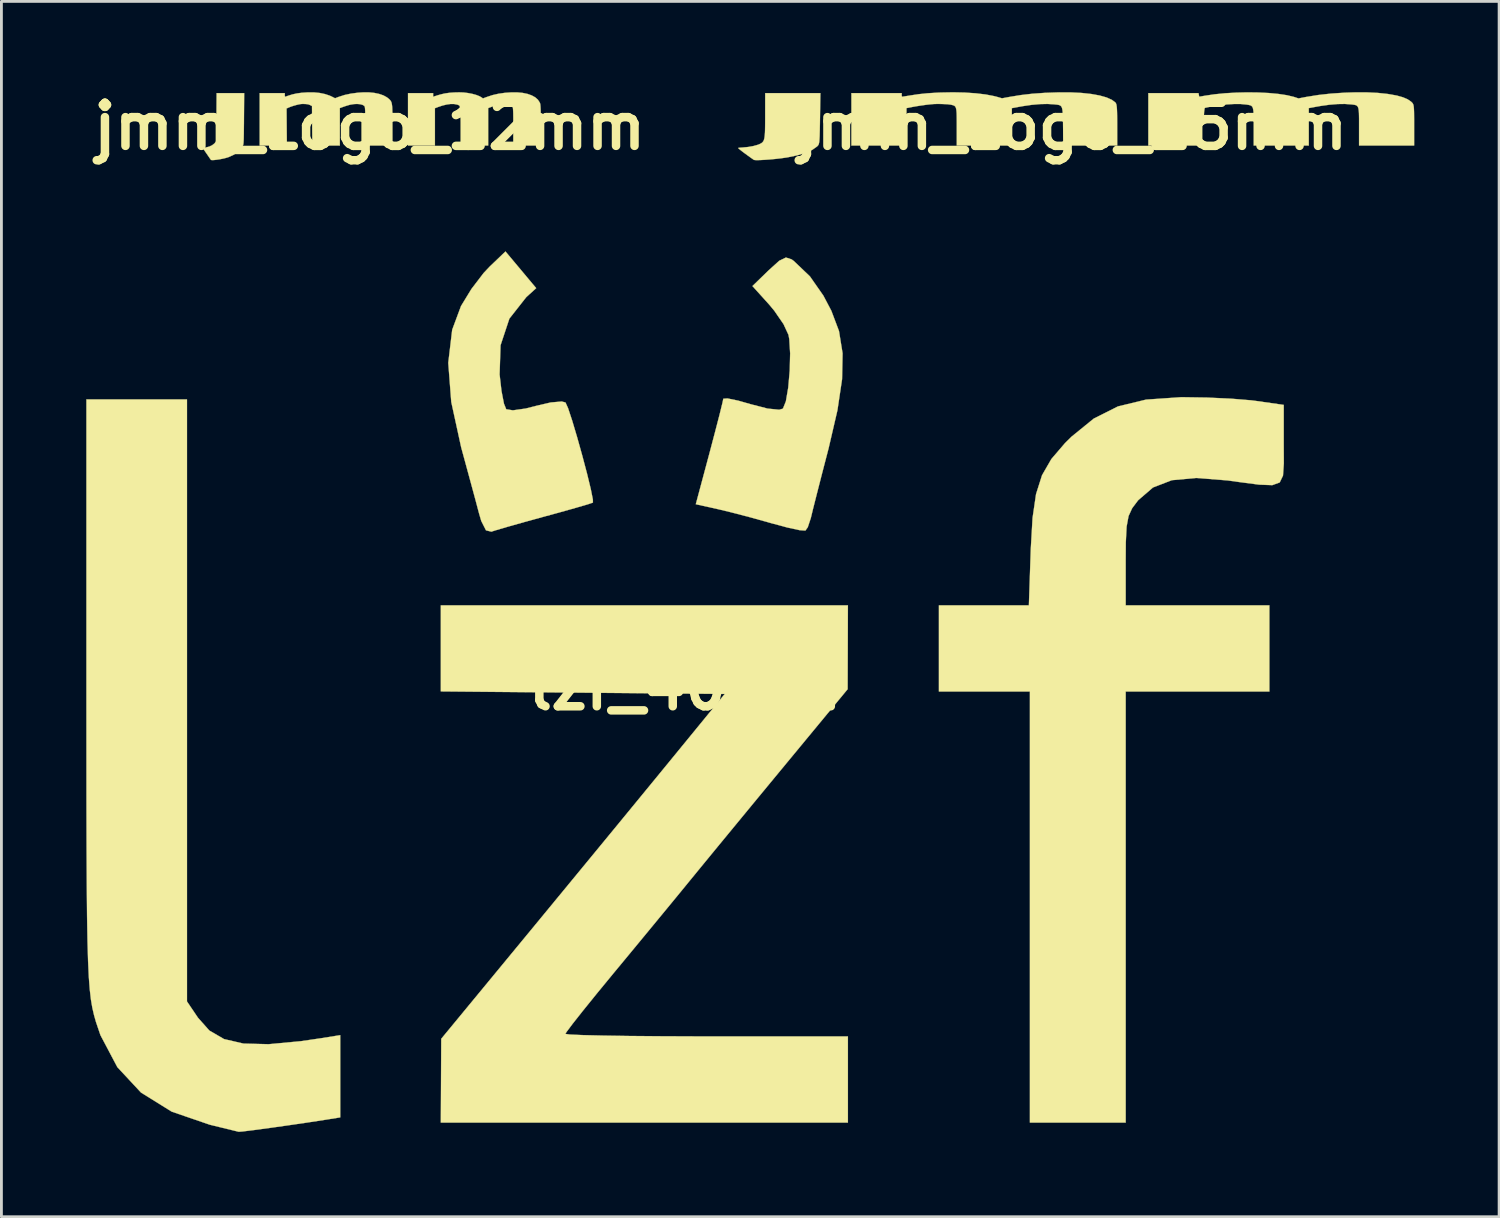
<source format=kicad_pcb>
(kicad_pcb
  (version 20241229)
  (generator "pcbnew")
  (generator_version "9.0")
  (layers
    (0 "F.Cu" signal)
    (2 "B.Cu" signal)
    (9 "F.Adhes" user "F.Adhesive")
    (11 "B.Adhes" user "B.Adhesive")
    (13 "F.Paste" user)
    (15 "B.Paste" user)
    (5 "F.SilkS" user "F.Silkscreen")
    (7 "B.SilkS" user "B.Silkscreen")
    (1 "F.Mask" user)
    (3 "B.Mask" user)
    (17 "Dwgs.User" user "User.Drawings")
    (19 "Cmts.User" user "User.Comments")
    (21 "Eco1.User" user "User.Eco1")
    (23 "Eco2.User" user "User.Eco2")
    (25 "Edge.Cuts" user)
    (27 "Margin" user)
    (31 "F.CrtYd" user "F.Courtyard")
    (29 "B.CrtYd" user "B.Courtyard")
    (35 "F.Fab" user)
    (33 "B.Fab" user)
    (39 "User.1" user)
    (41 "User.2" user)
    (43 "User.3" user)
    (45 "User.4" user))
  (footprint "jmm_Logo_12mm"
    (layer "F.Cu")
    (at 10.022 1.418)
    (property "Reference" "jmm_Logo_12mm" (at 0 0 0) (layer "F.SilkS") (effects (font (size 1.524 1.524) (thickness 0.3))))
    (attr through_hole)
    (fp_poly (pts (xy -4.446 -0.273) (xy -4.447 -0.114) (xy -4.449 0.026) (xy -4.45 0.147) (xy -4.451 0.251) (xy -4.453 0.34) (xy -4.454 0.415) (xy -4.456 0.477) (xy -4.459 0.528) (xy -4.461 0.57) (xy -4.465 0.604) (xy -4.469 0.631) (xy -4.474 0.652) (xy -4.479 0.67) (xy -4.486 0.686) (xy -4.493 0.701) (xy -4.5 0.713) (xy -4.581 0.825) (xy -4.69 0.926) (xy -4.824 1.012) (xy -4.981 1.083) (xy -5.034 1.101) (xy -5.119 1.125) (xy -5.216 1.147) (xy -5.318 1.166) (xy -5.415 1.18) (xy -5.501 1.19) (xy -5.568 1.193) (xy -5.608 1.188) (xy -5.614 1.184) (xy -5.631 1.161) (xy -5.656 1.125) (xy -5.688 1.078) (xy -5.725 1.025) (xy -5.764 0.968) (xy -5.802 0.913) (xy -5.837 0.862) (xy -5.867 0.818) (xy -5.888 0.786) (xy -5.9 0.769) (xy -5.901 0.767) (xy -5.882 0.762) (xy -5.836 0.753) (xy -5.796 0.746) (xy -5.676 0.716) (xy -5.572 0.668) (xy -5.492 0.606) (xy -5.475 0.586) (xy -5.425 0.524) (xy -5.413 -1.175) (xy -4.439 -1.175) (xy -4.446 -0.273)) (stroke (width 0.01) (type solid)) (fill yes) (layer "F.SilkS"))
    (fp_poly (pts (xy 3.315 -1.198) (xy 3.476 -1.178) (xy 3.631 -1.148) (xy 3.772 -1.109) (xy 3.887 -1.063) (xy 3.963 -1.018) (xy 4.004 -0.988) (xy 4.14 -1.039) (xy 4.341 -1.105) (xy 4.55 -1.153) (xy 4.775 -1.185) (xy 5.004 -1.201) (xy 5.216 -1.201) (xy 5.409 -1.183) (xy 5.581 -1.147) (xy 5.729 -1.094) (xy 5.852 -1.026) (xy 5.947 -0.942) (xy 6.011 -0.843) (xy 6.017 -0.831) (xy 6.023 -0.813) (xy 6.029 -0.789) (xy 6.033 -0.759) (xy 6.037 -0.72) (xy 6.04 -0.672) (xy 6.043 -0.612) (xy 6.045 -0.54) (xy 6.046 -0.453) (xy 6.047 -0.35) (xy 6.048 -0.229) (xy 6.048 -0.089) (xy 6.048 -0.04) (xy 6.049 0.677) (xy 5.076 0.677) (xy 5.076 -0.006) (xy 5.076 -0.149) (xy 5.076 -0.272) (xy 5.075 -0.377) (xy 5.074 -0.465) (xy 5.071 -0.539) (xy 5.068 -0.599) (xy 5.063 -0.646) (xy 5.056 -0.683) (xy 5.047 -0.712) (xy 5.036 -0.733) (xy 5.022 -0.747) (xy 5.005 -0.758) (xy 4.985 -0.765) (xy 4.962 -0.772) (xy 4.939 -0.777) (xy 4.826 -0.793) (xy 4.703 -0.791) (xy 4.567 -0.769) (xy 4.417 -0.728) (xy 4.32 -0.695) (xy 4.188 -0.646) (xy 4.188 0.677) (xy 3.215 0.677) (xy 3.215 -0.00034) (xy 3.215 -0.142) (xy 3.214 -0.265) (xy 3.214 -0.369) (xy 3.212 -0.457) (xy 3.21 -0.53) (xy 3.207 -0.589) (xy 3.202 -0.637) (xy 3.195 -0.674) (xy 3.186 -0.703) (xy 3.175 -0.724) (xy 3.161 -0.739) (xy 3.145 -0.75) (xy 3.125 -0.759) (xy 3.102 -0.767) (xy 3.084 -0.772) (xy 2.982 -0.791) (xy 2.862 -0.792) (xy 2.727 -0.774) (xy 2.578 -0.738) (xy 2.427 -0.688) (xy 2.305 -0.642) (xy 2.305 0.677) (xy 1.354 0.677) (xy 1.354 -1.175) (xy 2.242 -1.175) (xy 2.242 -1.045) (xy 2.289 -1.062) (xy 2.399 -1.098) (xy 2.521 -1.132) (xy 2.635 -1.159) (xy 2.659 -1.164) (xy 2.813 -1.186) (xy 2.988 -1.199) (xy 3.165 -1.203) (xy 3.315 -1.198)) (stroke (width 0.01) (type solid)) (fill yes) (layer "F.SilkS"))
    (fp_poly (pts (xy -0.028 -1.202) (xy 0.162 -1.183) (xy 0.334 -1.147) (xy 0.484 -1.095) (xy 0.608 -1.027) (xy 0.675 -0.974) (xy 0.699 -0.951) (xy 0.719 -0.93) (xy 0.737 -0.908) (xy 0.752 -0.884) (xy 0.765 -0.856) (xy 0.775 -0.823) (xy 0.783 -0.783) (xy 0.79 -0.735) (xy 0.795 -0.676) (xy 0.798 -0.606) (xy 0.8 -0.523) (xy 0.802 -0.425) (xy 0.803 -0.31) (xy 0.803 -0.177) (xy 0.803 -0.045) (xy 0.804 0.677) (xy -0.147 0.677) (xy -0.153 -0.008) (xy -0.154 -0.146) (xy -0.155 -0.264) (xy -0.157 -0.364) (xy -0.158 -0.448) (xy -0.16 -0.517) (xy -0.162 -0.573) (xy -0.165 -0.618) (xy -0.168 -0.652) (xy -0.172 -0.678) (xy -0.177 -0.697) (xy -0.183 -0.711) (xy -0.19 -0.721) (xy -0.197 -0.728) (xy -0.258 -0.763) (xy -0.345 -0.785) (xy -0.451 -0.793) (xy -0.569 -0.787) (xy -0.688 -0.767) (xy -0.766 -0.746) (xy -0.856 -0.718) (xy -0.93 -0.693) (xy -1.057 -0.646) (xy -1.057 0.677) (xy -2.029 0.677) (xy -2.035 -0.021) (xy -2.041 -0.719) (xy -2.109 -0.753) (xy -2.155 -0.773) (xy -2.202 -0.784) (xy -2.268 -0.79) (xy -2.305 -0.792) (xy -2.376 -0.793) (xy -2.433 -0.79) (xy -2.492 -0.78) (xy -2.569 -0.763) (xy -2.587 -0.758) (xy -2.677 -0.733) (xy -2.768 -0.704) (xy -2.839 -0.677) (xy -2.84 -0.677) (xy -2.94 -0.633) (xy -2.935 0.022) (xy -2.929 0.677) (xy -3.41 0.677) (xy -3.891 0.677) (xy -3.891 -1.175) (xy -3.003 -1.175) (xy -3.003 -1.111) (xy -3.002 -1.078) (xy -2.997 -1.055) (xy -2.993 -1.048) (xy -2.971 -1.053) (xy -2.926 -1.068) (xy -2.882 -1.084) (xy -2.729 -1.131) (xy -2.574 -1.165) (xy -2.402 -1.188) (xy -2.204 -1.201) (xy -2.189 -1.202) (xy -1.971 -1.201) (xy -1.767 -1.181) (xy -1.581 -1.142) (xy -1.414 -1.086) (xy -1.349 -1.056) (xy -1.225 -0.994) (xy -1.093 -1.044) (xy -0.887 -1.11) (xy -0.663 -1.158) (xy -0.417 -1.19) (xy -0.233 -1.202) (xy -0.028 -1.202)) (stroke (width 0.01) (type solid)) (fill yes) (layer "F.SilkS")))
  (footprint "jmm_Logo_25mm"
    (layer "F.Cu")
    (at 34.842 1.418)
    (property "Reference" "jmm_Logo_25mm" (at 0 0 0) (layer "F.SilkS") (effects (font (size 1.524 1.524) (thickness 0.3))))
    (attr through_hole)
    (fp_poly (pts (xy -8.9 -0.273) (xy -8.902 -0.114) (xy -8.905 0.026) (xy -8.907 0.147) (xy -8.91 0.251) (xy -8.912 0.34) (xy -8.916 0.415) (xy -8.92 0.477) (xy -8.924 0.528) (xy -8.93 0.57) (xy -8.937 0.604) (xy -8.945 0.631) (xy -8.955 0.653) (xy -8.966 0.671) (xy -8.979 0.686) (xy -8.994 0.701) (xy -9.008 0.714) (xy -9.176 0.832) (xy -9.404 0.934) (xy -9.69 1.021) (xy -10.035 1.093) (xy -10.088 1.102) (xy -10.265 1.127) (xy -10.462 1.15) (xy -10.666 1.169) (xy -10.86 1.183) (xy -11.029 1.192) (xy -11.158 1.194) (xy -11.23 1.187) (xy -11.238 1.184) (xy -11.344 1.11) (xy -11.447 1.036) (xy -11.543 0.966) (xy -11.629 0.902) (xy -11.7 0.847) (xy -11.753 0.804) (xy -11.785 0.775) (xy -11.792 0.763) (xy -11.739 0.755) (xy -11.64 0.748) (xy -11.633 0.747) (xy -11.442 0.729) (xy -11.256 0.696) (xy -11.102 0.653) (xy -11.066 0.64) (xy -11.026 0.622) (xy -10.991 0.604) (xy -10.961 0.586) (xy -10.935 0.564) (xy -10.913 0.538) (xy -10.894 0.507) (xy -10.879 0.468) (xy -10.867 0.421) (xy -10.858 0.363) (xy -10.851 0.294) (xy -10.845 0.212) (xy -10.842 0.115) (xy -10.84 0.002) (xy -10.839 -0.128) (xy -10.838 -0.277) (xy -10.838 -0.362) (xy -10.837 -1.175) (xy -9.862 -1.175) (xy -8.886 -1.175) (xy -8.9 -0.273)) (stroke (width 0.01) (type solid)) (fill yes) (layer "F.SilkS"))
    (fp_poly (pts (xy 6.599 -1.197) (xy 6.969 -1.179) (xy 7.308 -1.147) (xy 7.605 -1.102) (xy 7.849 -1.044) (xy 7.886 -1.032) (xy 8.019 -0.988) (xy 8.289 -1.04) (xy 8.719 -1.109) (xy 9.169 -1.159) (xy 9.653 -1.191) (xy 10.004 -1.202) (xy 10.435 -1.202) (xy 10.825 -1.183) (xy 11.175 -1.146) (xy 11.48 -1.092) (xy 11.506 -1.086) (xy 11.714 -1.027) (xy 11.874 -0.959) (xy 11.996 -0.876) (xy 12.024 -0.851) (xy 12.04 -0.834) (xy 12.054 -0.817) (xy 12.066 -0.797) (xy 12.076 -0.774) (xy 12.084 -0.745) (xy 12.091 -0.709) (xy 12.096 -0.665) (xy 12.1 -0.61) (xy 12.103 -0.543) (xy 12.105 -0.462) (xy 12.106 -0.366) (xy 12.107 -0.253) (xy 12.107 -0.122) (xy 12.107 -0.046) (xy 12.107 0.677) (xy 10.16 0.677) (xy 10.16 -0.006) (xy 10.16 -0.149) (xy 10.16 -0.272) (xy 10.158 -0.377) (xy 10.156 -0.465) (xy 10.151 -0.539) (xy 10.144 -0.599) (xy 10.134 -0.646) (xy 10.12 -0.683) (xy 10.102 -0.712) (xy 10.08 -0.733) (xy 10.052 -0.747) (xy 10.019 -0.758) (xy 9.979 -0.765) (xy 9.932 -0.772) (xy 9.886 -0.777) (xy 9.654 -0.793) (xy 9.395 -0.789) (xy 9.108 -0.765) (xy 8.794 -0.721) (xy 8.647 -0.695) (xy 8.382 -0.646) (xy 8.382 0.677) (xy 6.435 0.677) (xy 6.435 -0.00034) (xy 6.435 -0.142) (xy 6.434 -0.265) (xy 6.433 -0.369) (xy 6.43 -0.457) (xy 6.426 -0.53) (xy 6.418 -0.589) (xy 6.408 -0.637) (xy 6.395 -0.674) (xy 6.377 -0.703) (xy 6.355 -0.724) (xy 6.327 -0.739) (xy 6.294 -0.75) (xy 6.255 -0.759) (xy 6.209 -0.767) (xy 6.173 -0.772) (xy 5.978 -0.79) (xy 5.747 -0.791) (xy 5.49 -0.777) (xy 5.22 -0.747) (xy 4.947 -0.703) (xy 4.815 -0.677) (xy 4.614 -0.633) (xy 4.614 0.677) (xy 2.709 0.677) (xy 2.709 -1.175) (xy 3.596 -1.175) (xy 4.483 -1.175) (xy 4.496 -1.111) (xy 4.508 -1.048) (xy 4.708 -1.083) (xy 5.053 -1.134) (xy 5.426 -1.171) (xy 5.816 -1.193) (xy 6.211 -1.202) (xy 6.599 -1.197)) (stroke (width 0.01) (type solid)) (fill yes) (layer "F.SilkS"))
    (fp_poly (pts (xy -3.781 -1.195) (xy -3.394 -1.169) (xy -3.047 -1.128) (xy -2.749 -1.071) (xy -2.628 -1.04) (xy -2.464 -0.992) (xy -2.195 -1.042) (xy -1.801 -1.106) (xy -1.391 -1.154) (xy -0.948 -1.185) (xy -0.457 -1.202) (xy -0.036 -1.201) (xy 0.348 -1.182) (xy 0.691 -1.145) (xy 0.988 -1.091) (xy 1.233 -1.022) (xy 1.422 -0.937) (xy 1.545 -0.844) (xy 1.557 -0.828) (xy 1.568 -0.806) (xy 1.578 -0.778) (xy 1.585 -0.742) (xy 1.592 -0.696) (xy 1.597 -0.639) (xy 1.601 -0.57) (xy 1.604 -0.486) (xy 1.606 -0.386) (xy 1.607 -0.269) (xy 1.608 -0.133) (xy 1.608 -0.05) (xy 1.609 0.677) (xy -0.292 0.677) (xy -0.305 -0.008) (xy -0.307 -0.151) (xy -0.31 -0.274) (xy -0.313 -0.379) (xy -0.317 -0.468) (xy -0.323 -0.541) (xy -0.332 -0.601) (xy -0.343 -0.649) (xy -0.358 -0.686) (xy -0.378 -0.714) (xy -0.403 -0.735) (xy -0.433 -0.75) (xy -0.469 -0.76) (xy -0.512 -0.768) (xy -0.563 -0.773) (xy -0.622 -0.779) (xy -0.626 -0.78) (xy -0.862 -0.793) (xy -1.126 -0.787) (xy -1.417 -0.761) (xy -1.731 -0.715) (xy -1.865 -0.691) (xy -2.117 -0.644) (xy -2.117 0.677) (xy -4.064 0.677) (xy -4.064 -0.00034) (xy -4.064 -0.141) (xy -4.065 -0.262) (xy -4.066 -0.366) (xy -4.068 -0.453) (xy -4.073 -0.525) (xy -4.079 -0.583) (xy -4.088 -0.63) (xy -4.1 -0.667) (xy -4.115 -0.695) (xy -4.134 -0.717) (xy -4.157 -0.732) (xy -4.185 -0.744) (xy -4.218 -0.754) (xy -4.257 -0.763) (xy -4.271 -0.767) (xy -4.395 -0.783) (xy -4.593 -0.791) (xy -4.617 -0.792) (xy -4.768 -0.793) (xy -4.89 -0.789) (xy -5.021 -0.777) (xy -5.144 -0.763) (xy -5.323 -0.738) (xy -5.508 -0.709) (xy -5.629 -0.687) (xy -5.842 -0.645) (xy -5.842 0.677) (xy -7.789 0.677) (xy -7.789 -1.175) (xy -6.011 -1.175) (xy -6.011 -1.111) (xy -6.009 -1.078) (xy -6.003 -1.055) (xy -5.996 -1.048) (xy -5.956 -1.053) (xy -5.864 -1.068) (xy -5.737 -1.088) (xy -5.702 -1.094) (xy -5.402 -1.139) (xy -5.1 -1.17) (xy -4.762 -1.191) (xy -4.635 -1.196) (xy -4.198 -1.204) (xy -3.781 -1.195)) (stroke (width 0.01) (type solid)) (fill yes) (layer "F.SilkS")))
  (footprint "lzf_40mm"
    (layer "F.Cu")
    (at 21.172 21.232)
    (property "Reference" "lzf_40mm" (at 0 0 0) (layer "F.SilkS") (effects (font (size 1.524 1.524) (thickness 0.3))))
    (attr through_hole)
    (fp_poly (pts (xy -17.611 11.126) (xy -17.223 11.701) (xy -16.821 12.154) (xy -16.3 12.457) (xy -15.616 12.615) (xy -14.726 12.638) (xy -13.584 12.531) (xy -12.88 12.428) (xy -12.192 12.318) (xy -12.192 15.225) (xy -12.742 15.313) (xy -13.335 15.404) (xy -14.006 15.502) (xy -14.672 15.596) (xy -15.247 15.674) (xy -15.645 15.723) (xy -15.78 15.734) (xy -15.96 15.69) (xy -16.37 15.59) (xy -16.805 15.484) (xy -18.151 15.022) (xy -19.237 14.347) (xy -20.073 13.449) (xy -20.67 12.319) (xy -20.828 11.854) (xy -20.898 11.607) (xy -20.957 11.352) (xy -21.007 11.06) (xy -21.048 10.705) (xy -21.082 10.259) (xy -21.108 9.693) (xy -21.129 8.98) (xy -21.144 8.092) (xy -21.154 7.002) (xy -21.161 5.682) (xy -21.165 4.103) (xy -21.166 2.239) (xy -21.167 0.278) (xy -21.167 -10.16) (xy -17.611 -10.16) (xy -17.611 11.126)) (stroke (width 0.01) (type solid)) (fill yes) (layer "F.SilkS"))
    (fp_poly (pts (xy 5.753 -1.397) (xy 5.748 0.085) (xy 3.37 2.963) (xy 2.608 3.886) (xy 1.858 4.796) (xy 1.168 5.634) (xy 0.587 6.342) (xy 0.163 6.86) (xy 0.095 6.943) (xy -0.342 7.477) (xy -0.93 8.191) (xy -1.6 9.004) (xy -2.286 9.834) (xy -2.518 10.114) (xy -3.101 10.823) (xy -3.599 11.439) (xy -3.975 11.915) (xy -4.193 12.206) (xy -4.233 12.273) (xy -4.071 12.296) (xy -3.612 12.316) (xy -2.897 12.333) (xy -1.969 12.347) (xy -0.87 12.356) (xy 0.36 12.361) (xy 0.762 12.361) (xy 5.757 12.361) (xy 5.757 15.409) (xy -8.636 15.409) (xy -8.621 12.446) (xy -5.479 8.636) (xy -4.555 7.514) (xy -3.59 6.342) (xy -2.638 5.185) (xy -1.752 4.106) (xy -0.984 3.17) (xy -0.468 2.54) (xy 1.403 0.254) (xy -3.617 0.209) (xy -8.636 0.164) (xy -8.636 -2.879) (xy 5.757 -2.879) (xy 5.753 -1.397)) (stroke (width 0.01) (type solid)) (fill yes) (layer "F.SilkS"))
    (fp_poly (pts (xy 18.458 -10.225) (xy 19.308 -10.186) (xy 20.015 -10.128) (xy 20.193 -10.105) (xy 21.167 -9.966) (xy 21.167 -8.539) (xy 21.17 -7.894) (xy 21.141 -7.467) (xy 21.024 -7.224) (xy 20.763 -7.129) (xy 20.3 -7.146) (xy 19.58 -7.24) (xy 19.187 -7.295) (xy 18.074 -7.383) (xy 17.21 -7.304) (xy 16.543 -7.046) (xy 16.022 -6.597) (xy 16.014 -6.588) (xy 15.808 -6.315) (xy 15.68 -6.035) (xy 15.611 -5.661) (xy 15.583 -5.104) (xy 15.579 -4.474) (xy 15.579 -2.879) (xy 20.659 -2.879) (xy 20.659 0.169) (xy 15.579 0.169) (xy 15.579 15.409) (xy 12.192 15.409) (xy 12.192 0.169) (xy 8.975 0.169) (xy 8.975 -2.879) (xy 12.156 -2.879) (xy 12.223 -4.868) (xy 12.286 -5.969) (xy 12.409 -6.812) (xy 12.621 -7.48) (xy 12.952 -8.054) (xy 13.431 -8.613) (xy 13.659 -8.839) (xy 14.452 -9.484) (xy 15.304 -9.912) (xy 16.299 -10.153) (xy 17.519 -10.237) (xy 17.611 -10.238) (xy 18.458 -10.225)) (stroke (width 0.01) (type solid)) (fill yes) (layer "F.SilkS"))
    (fp_poly (pts (xy -5.807 -14.743) (xy -5.264 -14.094) (xy -5.613 -13.778) (xy -6.212 -13.017) (xy -6.524 -12.075) (xy -6.558 -11.042) (xy -6.491 -10.458) (xy -6.404 -10.01) (xy -6.324 -9.812) (xy -6.088 -9.774) (xy -5.635 -9.838) (xy -5.274 -9.93) (xy -4.751 -10.052) (xy -4.361 -10.086) (xy -4.227 -10.051) (xy -4.137 -9.85) (xy -3.993 -9.415) (xy -3.818 -8.828) (xy -3.635 -8.173) (xy -3.465 -7.531) (xy -3.333 -6.986) (xy -3.26 -6.619) (xy -3.258 -6.512) (xy -3.429 -6.454) (xy -3.857 -6.329) (xy -4.468 -6.157) (xy -4.953 -6.025) (xy -5.677 -5.826) (xy -6.292 -5.652) (xy -6.716 -5.527) (xy -6.848 -5.484) (xy -7.039 -5.531) (xy -7.206 -5.861) (xy -7.283 -6.124) (xy -7.414 -6.618) (xy -7.604 -7.319) (xy -7.819 -8.108) (xy -7.917 -8.467) (xy -8.267 -10.071) (xy -8.373 -11.453) (xy -8.234 -12.623) (xy -7.922 -13.462) (xy -7.555 -14.063) (xy -7.121 -14.631) (xy -6.915 -14.85) (xy -6.35 -15.391) (xy -5.807 -14.743)) (stroke (width 0.01) (type solid)) (fill yes) (layer "F.SilkS"))
    (fp_poly (pts (xy 3.767 -15.111) (xy 3.843 -15.055) (xy 4.413 -14.512) (xy 4.89 -13.829) (xy 5.172 -13.293) (xy 5.442 -12.577) (xy 5.569 -11.79) (xy 5.551 -10.877) (xy 5.387 -9.777) (xy 5.075 -8.433) (xy 5.059 -8.372) (xy 4.847 -7.556) (xy 4.661 -6.83) (xy 4.52 -6.273) (xy 4.446 -5.966) (xy 4.339 -5.642) (xy 4.255 -5.523) (xy 4.051 -5.537) (xy 3.617 -5.631) (xy 3.048 -5.784) (xy 2.331 -5.985) (xy 1.609 -6.173) (xy 1.163 -6.28) (xy 0.379 -6.454) (xy 0.864 -8.265) (xy 1.059 -9.004) (xy 1.218 -9.618) (xy 1.321 -10.036) (xy 1.352 -10.184) (xy 1.499 -10.195) (xy 1.88 -10.116) (xy 2.328 -9.988) (xy 2.917 -9.836) (xy 3.327 -9.795) (xy 3.46 -9.834) (xy 3.564 -10.092) (xy 3.647 -10.577) (xy 3.7 -11.179) (xy 3.715 -11.788) (xy 3.684 -12.292) (xy 3.656 -12.444) (xy 3.479 -12.825) (xy 3.153 -13.298) (xy 2.965 -13.523) (xy 2.382 -14.168) (xy 2.962 -14.731) (xy 3.329 -15.062) (xy 3.566 -15.177) (xy 3.767 -15.111)) (stroke (width 0.01) (type solid)) (fill yes) (layer "F.SilkS")))
  (gr_rect
    (start -3 -3)
    (end 49.954 39.971)
    (stroke (width 0.1) (type default))
    (fill no)
    (layer "Edge.Cuts")))
</source>
